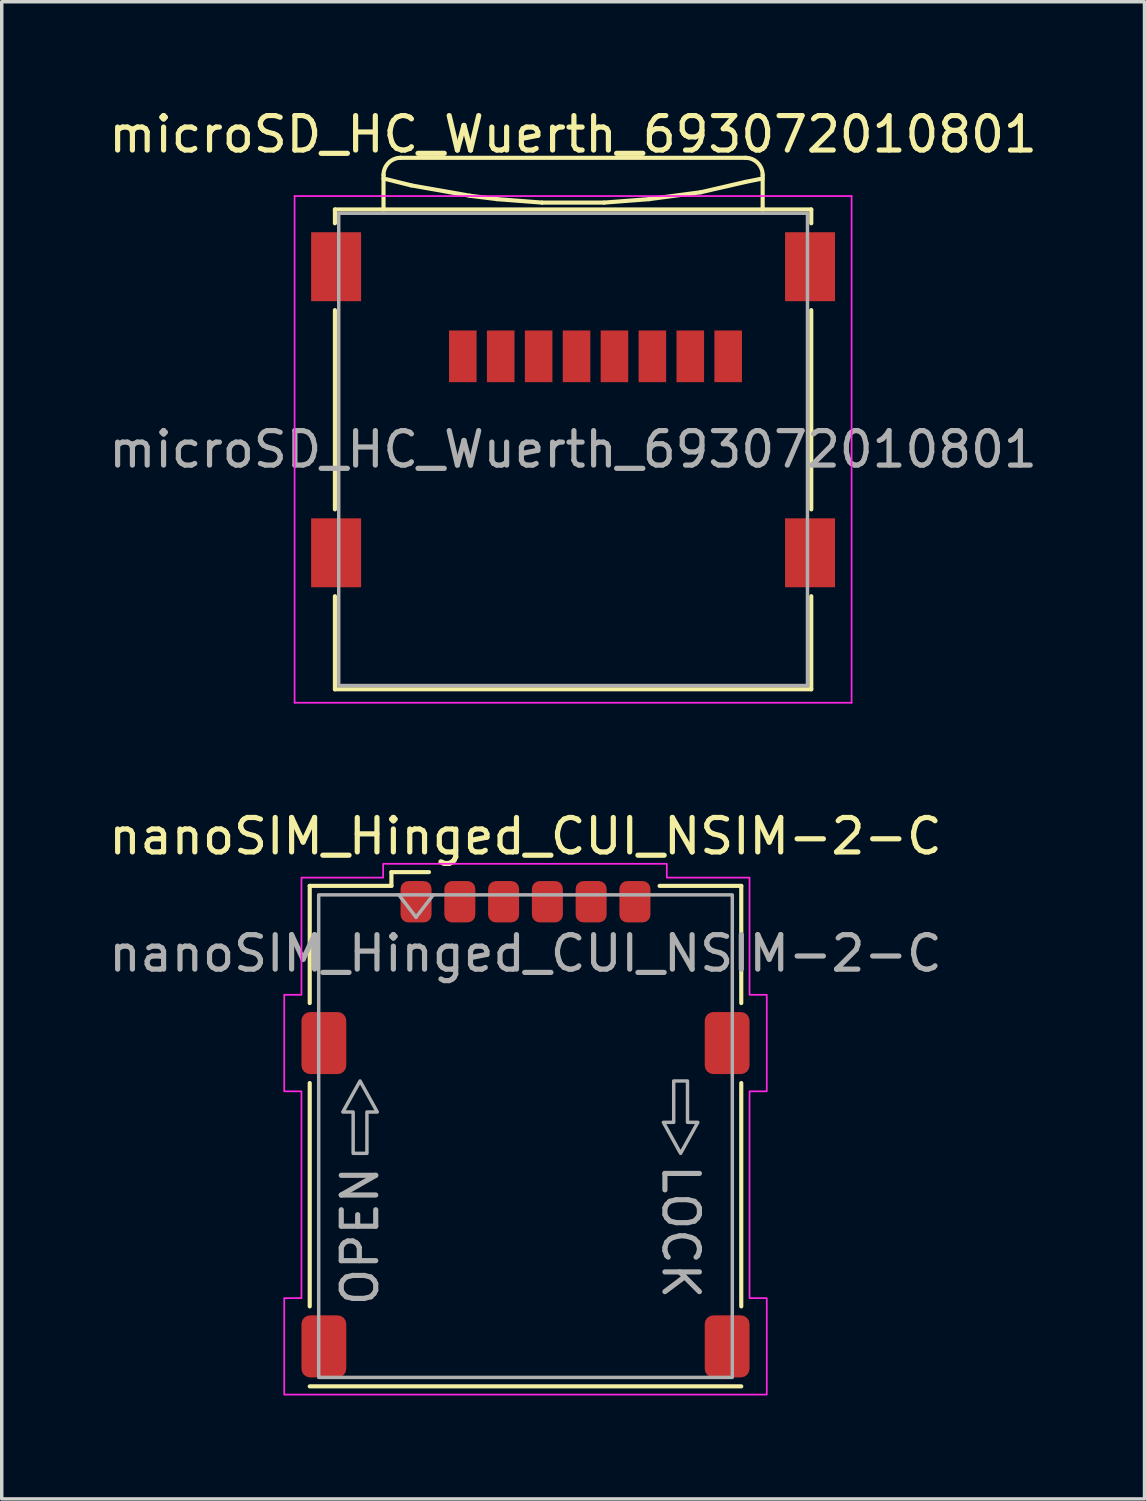
<source format=kicad_pcb>
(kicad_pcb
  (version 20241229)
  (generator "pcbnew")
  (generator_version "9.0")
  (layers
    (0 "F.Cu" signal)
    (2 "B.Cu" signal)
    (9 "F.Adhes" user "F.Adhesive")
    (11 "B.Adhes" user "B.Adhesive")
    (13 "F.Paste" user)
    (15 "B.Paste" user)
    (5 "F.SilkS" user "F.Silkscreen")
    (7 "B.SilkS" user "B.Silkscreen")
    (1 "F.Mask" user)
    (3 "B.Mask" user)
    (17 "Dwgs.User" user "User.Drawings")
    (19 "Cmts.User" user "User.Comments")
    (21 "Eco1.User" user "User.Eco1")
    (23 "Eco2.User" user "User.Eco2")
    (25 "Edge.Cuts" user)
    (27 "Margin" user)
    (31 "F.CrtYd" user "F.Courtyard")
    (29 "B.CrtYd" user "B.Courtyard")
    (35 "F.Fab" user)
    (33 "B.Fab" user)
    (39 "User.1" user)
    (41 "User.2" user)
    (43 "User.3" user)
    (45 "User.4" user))
  (footprint "microSD_HC_Wuerth_693072010801"
    (layer "F.Cu")
    (at 13.577 8.838)
    (property "Reference" "microSD_HC_Wuerth_693072010801" (at 0 -7.99 0) (layer "F.SilkS") (effects (font (size 1 1) (thickness 0.15))))
    (attr smd)
    (fp_line (start -6.91 -5.81) (end -6.91 -5.41) (stroke (width 0.12) (type solid)) (layer "F.SilkS"))
    (fp_line (start -6.91 -5.81) (end 6.91 -5.81) (stroke (width 0.12) (type solid)) (layer "F.SilkS"))
    (fp_line (start -6.91 -2.89) (end -6.91 2.89) (stroke (width 0.12) (type solid)) (layer "F.SilkS"))
    (fp_line (start -6.91 5.41) (end -6.91 8.11) (stroke (width 0.12) (type solid)) (layer "F.SilkS"))
    (fp_line (start -5.5 -6.71) (end -4.7 -6.51) (stroke (width 0.12) (type solid)) (layer "F.SilkS"))
    (fp_line (start -5.5 -5.81) (end -5.5 -6.81) (stroke (width 0.12) (type solid)) (layer "F.SilkS"))
    (fp_line (start -5 -7.31) (end 5 -7.31) (stroke (width 0.12) (type solid)) (layer "F.SilkS"))
    (fp_line (start -4.7 -6.51) (end -3 -6.21) (stroke (width 0.12) (type solid)) (layer "F.SilkS"))
    (fp_line (start -3 -6.21) (end -2.2 -6.11) (stroke (width 0.12) (type solid)) (layer "F.SilkS"))
    (fp_line (start -2.2 -6.11) (end -0.9 -6.01) (stroke (width 0.12) (type solid)) (layer "F.SilkS"))
    (fp_line (start -0.9 -6.01) (end 0.9 -6.01) (stroke (width 0.12) (type solid)) (layer "F.SilkS"))
    (fp_line (start 0.9 -6.01) (end 2.2 -6.11) (stroke (width 0.12) (type solid)) (layer "F.SilkS"))
    (fp_line (start 2.2 -6.11) (end 3.7 -6.31) (stroke (width 0.12) (type solid)) (layer "F.SilkS"))
    (fp_line (start 3.7 -6.31) (end 5 -6.61) (stroke (width 0.12) (type solid)) (layer "F.SilkS"))
    (fp_line (start 5 -6.61) (end 5.5 -6.71) (stroke (width 0.12) (type solid)) (layer "F.SilkS"))
    (fp_line (start 5.5 -5.81) (end 5.5 -6.81) (stroke (width 0.12) (type solid)) (layer "F.SilkS"))
    (fp_line (start 6.91 -5.81) (end 6.91 -5.41) (stroke (width 0.12) (type solid)) (layer "F.SilkS"))
    (fp_line (start 6.91 -2.89) (end 6.91 2.89) (stroke (width 0.12) (type solid)) (layer "F.SilkS"))
    (fp_line (start 6.91 5.41) (end 6.91 8.11) (stroke (width 0.12) (type solid)) (layer "F.SilkS"))
    (fp_line (start 6.91 8.11) (end -6.91 8.11) (stroke (width 0.12) (type solid)) (layer "F.SilkS"))
    (fp_arc (start -5.5 -6.81) (mid -5.353553 -7.163553) (end -5 -7.31) (stroke (width 0.12) (type solid)) (layer "F.SilkS"))
    (fp_arc (start 5 -7.31) (mid 5.353553 -7.163553) (end 5.5 -6.81) (stroke (width 0.12) (type solid)) (layer "F.SilkS"))
    (fp_line (start -8.08 -6.2) (end -8.08 8.5) (stroke (width 0.05) (type solid)) (layer "F.CrtYd"))
    (fp_line (start 8.08 -6.2) (end -8.08 -6.2) (stroke (width 0.05) (type solid)) (layer "F.CrtYd"))
    (fp_line (start 8.08 -6.2) (end 8.08 8.5) (stroke (width 0.05) (type solid)) (layer "F.CrtYd"))
    (fp_line (start 8.08 8.5) (end -8.08 8.5) (stroke (width 0.05) (type solid)) (layer "F.CrtYd"))
    (fp_line (start -6.8 -5.7) (end -6.8 8) (stroke (width 0.1) (type solid)) (layer "F.Fab"))
    (fp_line (start -6.8 8) (end 6.8 8) (stroke (width 0.1) (type solid)) (layer "F.Fab"))
    (fp_line (start 6.8 -5.7) (end -6.8 -5.7) (stroke (width 0.1) (type solid)) (layer "F.Fab"))
    (fp_line (start 6.8 8) (end 6.8 -5.7) (stroke (width 0.1) (type solid)) (layer "F.Fab"))
    (fp_text user "${REFERENCE}" (at 0 1.15 0) (layer "F.Fab") (effects (font (size 1 1) (thickness 0.15))))
    (pad "1" smd rect (at -3.2 -1.55) (size 0.8 1.5) (layers "F.Cu" "F.Mask" "F.Paste"))
    (pad "2" smd rect (at -2.1 -1.55) (size 0.8 1.5) (layers "F.Cu" "F.Mask" "F.Paste"))
    (pad "3" smd rect (at -1 -1.55) (size 0.8 1.5) (layers "F.Cu" "F.Mask" "F.Paste"))
    (pad "4" smd rect (at 0.1 -1.55) (size 0.8 1.5) (layers "F.Cu" "F.Mask" "F.Paste"))
    (pad "5" smd rect (at 1.2 -1.55) (size 0.8 1.5) (layers "F.Cu" "F.Mask" "F.Paste"))
    (pad "6" smd rect (at 2.3 -1.55) (size 0.8 1.5) (layers "F.Cu" "F.Mask" "F.Paste"))
    (pad "7" smd rect (at 3.4 -1.55) (size 0.8 1.5) (layers "F.Cu" "F.Mask" "F.Paste"))
    (pad "8" smd rect (at 4.5 -1.55) (size 0.8 1.5) (layers "F.Cu" "F.Mask" "F.Paste"))
    (pad "9" smd rect (at -6.875 -4.15) (size 1.45 2) (layers "F.Cu" "F.Mask" "F.Paste"))
    (pad "9" smd rect (at -6.875 4.15) (size 1.45 2) (layers "F.Cu" "F.Mask" "F.Paste"))
    (pad "9" smd rect (at 6.875 -4.15) (size 1.45 2) (layers "F.Cu" "F.Mask" "F.Paste"))
    (pad "9" smd rect (at 6.875 4.15) (size 1.45 2) (layers "F.Cu" "F.Mask" "F.Paste")))
  (footprint "nanoSIM_Hinged_CUI_NSIM-2-C"
    (layer "F.Cu")
    (at 12.196 29.912)
    (property "Reference" "nanoSIM_Hinged_CUI_NSIM-2-C" (at 0 -8.7 0) (layer "F.SilkS") (effects (font (size 1 1) (thickness 0.15))))
    (attr smd)
    (fp_line (start -6.26 -7.26) (end -6.26 -3.86) (stroke (width 0.12) (type default)) (layer "F.SilkS"))
    (fp_line (start -6.26 -1.54) (end -6.26 4.94) (stroke (width 0.12) (type default)) (layer "F.SilkS"))
    (fp_line (start -6.26 7.26) (end 6.26 7.26) (stroke (width 0.12) (type default)) (layer "F.SilkS"))
    (fp_line (start -3.89 -7.66) (end -2.8 -7.66) (stroke (width 0.12) (type default)) (layer "F.SilkS"))
    (fp_line (start -3.89 -7.26) (end -6.26 -7.26) (stroke (width 0.12) (type default)) (layer "F.SilkS"))
    (fp_line (start -3.89 -7.26) (end -3.89 -7.66) (stroke (width 0.12) (type default)) (layer "F.SilkS"))
    (fp_line (start 6.26 -7.26) (end 3.89 -7.26) (stroke (width 0.12) (type default)) (layer "F.SilkS"))
    (fp_line (start 6.26 -7.26) (end 6.26 -3.86) (stroke (width 0.12) (type default)) (layer "F.SilkS"))
    (fp_line (start 6.26 -1.54) (end 6.26 4.94) (stroke (width 0.12) (type default)) (layer "F.SilkS"))
    (fp_poly (pts (xy -6.5 -7.5) (xy -4.13 -7.5) (xy -4.13 -7.9) (xy 4.1 -7.9) (xy 4.1 -7.5) (xy 6.5 -7.5) (xy 6.5 -4.1) (xy 7 -4.1) (xy 7 -1.3) (xy 6.5 -1.3) (xy 6.5 4.7) (xy 7 4.7) (xy 7 7.5) (xy -7 7.5) (xy -7 4.7) (xy -6.5 4.7) (xy -6.5 -1.3) (xy -7 -1.3) (xy -7 -4.1) (xy -6.5 -4.1)) (stroke (width 0.05) (type solid)) (fill no) (layer "F.CrtYd"))
    (fp_line (start -3.675 -7) (end -3.175 -6.35) (stroke (width 0.1) (type default)) (layer "F.Fab"))
    (fp_line (start -3.175 -6.35) (end -2.675 -7) (stroke (width 0.1) (type default)) (layer "F.Fab"))
    (fp_rect (start -6 -7) (end 6 7) (stroke (width 0.1) (type default)) (fill no) (layer "F.Fab"))
    (fp_poly (pts (xy -5 0.5) (xy -5 -0.7) (xy -5.3 -0.7) (xy -4.8 -1.6) (xy -4.3 -0.7) (xy -4.6 -0.7) (xy -4.6 0.5)) (stroke (width 0.1) (type solid)) (fill no) (layer "F.Fab"))
    (fp_poly (pts (xy 4.7 -1.6) (xy 4.7 -0.4) (xy 5 -0.4) (xy 4.5 0.5) (xy 4 -0.4) (xy 4.3 -0.4) (xy 4.3 -1.6)) (stroke (width 0.1) (type solid)) (fill no) (layer "F.Fab"))
    (fp_text user "OPEN" (at -4.8 0.8 90) (unlocked yes) (layer "F.Fab") (effects (font (size 1 1) (thickness 0.15)) (justify right)))
    (fp_text user "${REFERENCE}" (at 0 -5.3 0) (layer "F.Fab") (effects (font (size 1 1) (thickness 0.15))))
    (fp_text user "LOCK" (at 4.5 4.8 270) (unlocked yes) (layer "F.Fab") (effects (font (size 1 1) (thickness 0.15)) (justify right)))
    (pad "1" smd roundrect (at -3.175 -6.8) (size 0.9 1.2) (layers "F.Cu" "F.Mask" "F.Paste") (roundrect_rratio 0.25))
    (pad "2" smd roundrect (at -0.635 -6.8) (size 0.9 1.2) (layers "F.Cu" "F.Mask" "F.Paste") (roundrect_rratio 0.25))
    (pad "3" smd roundrect (at 1.905 -6.8) (size 0.9 1.2) (layers "F.Cu" "F.Mask" "F.Paste") (roundrect_rratio 0.25))
    (pad "5" smd roundrect (at -1.905 -6.8) (size 0.9 1.2) (layers "F.Cu" "F.Mask" "F.Paste") (roundrect_rratio 0.25))
    (pad "6" smd roundrect (at 0.635 -6.8) (size 0.9 1.2) (layers "F.Cu" "F.Mask" "F.Paste") (roundrect_rratio 0.25))
    (pad "7" smd roundrect (at 3.175 -6.8) (size 0.9 1.2) (layers "F.Cu" "F.Mask" "F.Paste") (roundrect_rratio 0.25))
    (pad "CD" smd roundrect (at -5.85 6.1) (size 1.3 1.8) (layers "F.Cu" "F.Mask" "F.Paste") (roundrect_rratio 0.192))
    (pad "SH" smd roundrect (at -5.85 -2.7) (size 1.3 1.8) (layers "F.Cu" "F.Mask" "F.Paste") (roundrect_rratio 0.192))
    (pad "SH" smd roundrect (at 5.85 -2.7) (size 1.3 1.8) (layers "F.Cu" "F.Mask" "F.Paste") (roundrect_rratio 0.192))
    (pad "SH" smd roundrect (at 5.85 6.1) (size 1.3 1.8) (layers "F.Cu" "F.Mask" "F.Paste") (roundrect_rratio 0.192))
    (zone (net_name "") (layer "F.Cu") (hatch edge 0.5) (connect_pads) (min_thickness 0.25) (filled_areas_thickness no) (keepout (tracks allowed) (vias not_allowed) (pads not_allowed) (copperpour allowed) (footprints allowed)) (placement (enabled no)) (fill) (polygon (pts (xy 8.306 32.562) (xy 8.306 36.261) (xy 10.706 36.261) (xy 10.706 32.562))))
    (zone (net_name "") (layer "F.Cu") (hatch edge 0.5) (connect_pads) (min_thickness 0.25) (filled_areas_thickness no) (keepout (tracks allowed) (vias not_allowed) (pads not_allowed) (copperpour allowed) (footprints allowed)) (placement (enabled no)) (fill) (polygon (pts (xy 9.006 25.512) (xy 9.006 29.212) (xy 10.306 29.212) (xy 10.306 25.512))))
    (zone (net_name "") (layer "F.Cu") (hatch edge 0.5) (connect_pads) (min_thickness 0.25) (filled_areas_thickness no) (keepout (tracks allowed) (vias not_allowed) (pads not_allowed) (copperpour allowed) (footprints allowed)) (placement (enabled no)) (fill) (polygon (pts (xy 11.546 25.512) (xy 11.546 29.212) (xy 12.846 29.212) (xy 12.846 25.512))))
    (zone (net_name "") (layer "F.Cu") (hatch edge 0.5) (connect_pads) (min_thickness 0.25) (filled_areas_thickness no) (keepout (tracks allowed) (vias not_allowed) (pads not_allowed) (copperpour allowed) (footprints allowed)) (placement (enabled no)) (fill) (polygon (pts (xy 11.546 32.511) (xy 11.546 36.212) (xy 12.846 36.212) (xy 12.846 32.511))))
    (zone (net_name "") (layer "F.Cu") (hatch edge 0.5) (connect_pads) (min_thickness 0.25) (filled_areas_thickness no) (keepout (tracks allowed) (vias not_allowed) (pads not_allowed) (copperpour allowed) (footprints allowed)) (placement (enabled no)) (fill) (polygon (pts (xy 14.086 25.512) (xy 14.086 29.212) (xy 15.386 29.212) (xy 15.386 25.512))))
    (zone (net_name "") (layer "F.Cu") (hatch edge 0.5) (connect_pads) (min_thickness 0.25) (filled_areas_thickness no) (keepout (tracks allowed) (vias not_allowed) (pads not_allowed) (copperpour allowed) (footprints allowed)) (placement (enabled no)) (fill) (polygon (pts (xy 14.086 32.511) (xy 14.086 36.212) (xy 15.386 36.212) (xy 15.386 32.511)))))
  (gr_rect
    (start -3 -3)
    (end 30.155 40.437)
    (stroke (width 0.1) (type default))
    (fill no)
    (layer "Edge.Cuts")))
</source>
